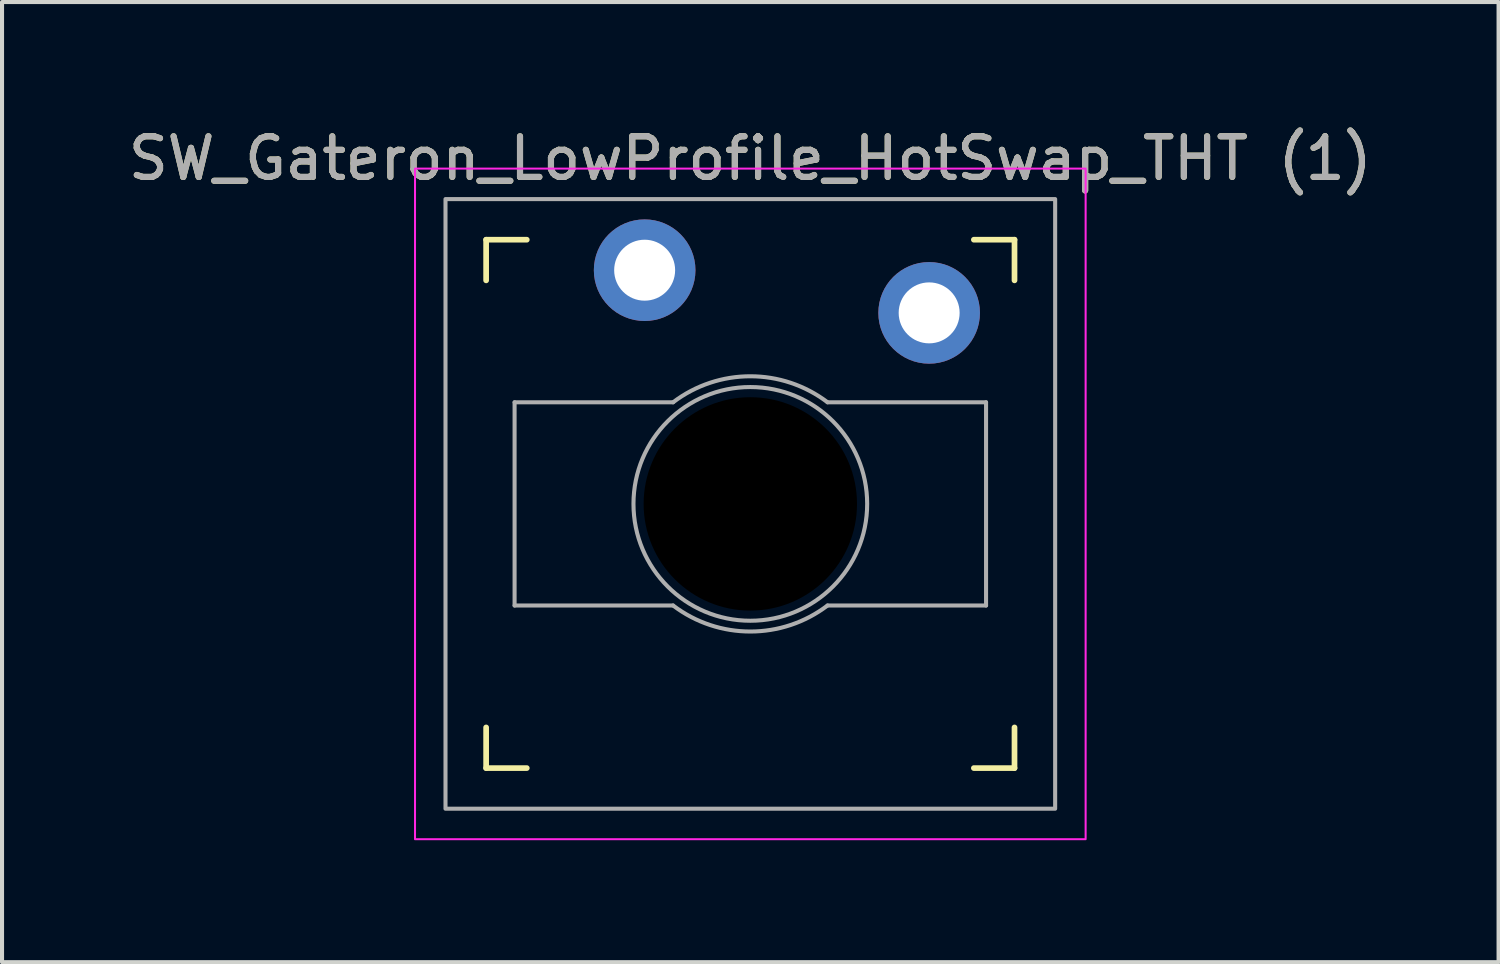
<source format=kicad_pcb>
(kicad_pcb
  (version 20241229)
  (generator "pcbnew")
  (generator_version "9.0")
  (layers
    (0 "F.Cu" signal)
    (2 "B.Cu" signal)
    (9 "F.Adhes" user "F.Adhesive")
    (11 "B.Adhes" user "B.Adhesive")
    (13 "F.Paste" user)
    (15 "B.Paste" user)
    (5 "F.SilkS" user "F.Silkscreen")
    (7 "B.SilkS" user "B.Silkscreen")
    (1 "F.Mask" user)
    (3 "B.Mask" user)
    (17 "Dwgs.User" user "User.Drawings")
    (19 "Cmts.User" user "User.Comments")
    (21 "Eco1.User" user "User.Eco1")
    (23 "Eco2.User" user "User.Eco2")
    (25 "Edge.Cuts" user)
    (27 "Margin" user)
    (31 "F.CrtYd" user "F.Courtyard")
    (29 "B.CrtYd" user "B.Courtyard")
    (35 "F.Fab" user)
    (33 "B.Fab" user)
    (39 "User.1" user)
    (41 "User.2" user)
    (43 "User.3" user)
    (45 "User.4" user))
  (footprint "SW_Gateron_LowProfile_HotSwap_THT (1)"
    (layer "F.Cu")
    (at 15.411 9.348)
    (property "Reference" "SW_Gateron_LowProfile_HotSwap_THT (1)" (at 0 -8.5 0) (unlocked yes) (layer "F.SilkS") (effects (font (size 1 1) (thickness 0.15))))
    (fp_line (start -6.5 -5.5) (end -6.5 -6.5) (stroke (width 0.14) (type solid)) (layer "F.SilkS"))
    (fp_line (start -6.5 6.5) (end -6.5 5.5) (stroke (width 0.14) (type solid)) (layer "F.SilkS"))
    (fp_line (start -6.5 6.5) (end -5.5 6.5) (stroke (width 0.14) (type solid)) (layer "F.SilkS"))
    (fp_line (start -5.5 -6.5) (end -6.5 -6.5) (stroke (width 0.14) (type solid)) (layer "F.SilkS"))
    (fp_line (start 5.5 6.5) (end 6.5 6.5) (stroke (width 0.14) (type solid)) (layer "F.SilkS"))
    (fp_line (start 6.5 -6.5) (end 5.5 -6.5) (stroke (width 0.14) (type solid)) (layer "F.SilkS"))
    (fp_line (start 6.5 -6.5) (end 6.5 -5.5) (stroke (width 0.14) (type solid)) (layer "F.SilkS"))
    (fp_line (start 6.5 5.5) (end 6.5 6.5) (stroke (width 0.14) (type solid)) (layer "F.SilkS"))
    (fp_rect (start 8.25 -8.25) (end -8.25 8.25) (stroke (width 0.05) (type solid)) (fill no) (layer "F.CrtYd"))
    (fp_line (start -5.8 -2.5) (end -1.9 -2.5) (stroke (width 0.1) (type default)) (layer "F.Fab"))
    (fp_line (start -5.8 2.5) (end -5.8 -2.5) (stroke (width 0.1) (type default)) (layer "F.Fab"))
    (fp_line (start -1.9 2.5) (end -5.8 2.5) (stroke (width 0.1) (type default)) (layer "F.Fab"))
    (fp_line (start 1.9 -2.5) (end 5.8 -2.5) (stroke (width 0.1) (type default)) (layer "F.Fab"))
    (fp_line (start 5.8 -2.5) (end 5.8 2.5) (stroke (width 0.1) (type default)) (layer "F.Fab"))
    (fp_line (start 5.8 2.5) (end 1.9 2.5) (stroke (width 0.1) (type default)) (layer "F.Fab"))
    (fp_rect (start 7.5 -7.5) (end -7.5 7.5) (stroke (width 0.1) (type solid)) (fill no) (layer "F.Fab"))
    (fp_arc (start -1.9 -2.499999) (mid 0 -3.140063) (end 1.9 -2.499999) (stroke (width 0.1) (type default)) (layer "F.Fab"))
    (fp_arc (start 1.9 2.499999) (mid 0 3.140063) (end -1.9 2.499999) (stroke (width 0.1) (type default)) (layer "F.Fab"))
    (fp_circle (center 0 0) (end 2.875 0) (stroke (width 0.1) (type default)) (fill no) (layer "F.Fab"))
    (fp_poly (pts (xy -2.05 -0.64) (xy -0.6 -0.64) (xy -0.6 -2) (xy 0.5 -2) (xy 0.5 -0.64) (xy 1.95 -0.64) (xy 1.95 0.64) (xy 0.5 0.64) (xy 0.5 2) (xy -0.6 2) (xy -0.6 0.64) (xy -2.05 0.64)) (stroke (width 0.1) (type solid)) (fill no) (layer "F.Fab"))
    (fp_text user "${REFERENCE}" (at 0 -8.5 0) (unlocked yes) (layer "F.Fab") (effects (font (size 1 1) (thickness 0.15))))
    (pad "" np_thru_hole circle (at 0 0) (size 5.25 5.25) (drill 5.25) (layers "*.Mask"))
    (pad "1" thru_hole circle (at -2.6 -5.75) (size 2.5 2.5) (drill 1.5) (layers "*.Cu" "B.Mask"))
    (pad "2" thru_hole circle (at 4.4 -4.7) (size 2.5 2.5) (drill 1.5) (layers "*.Cu" "B.Mask")))
  (gr_rect
    (start -3 -3)
    (end 33.821 20.623)
    (stroke (width 0.1) (type default))
    (fill no)
    (layer "Edge.Cuts")))
</source>
